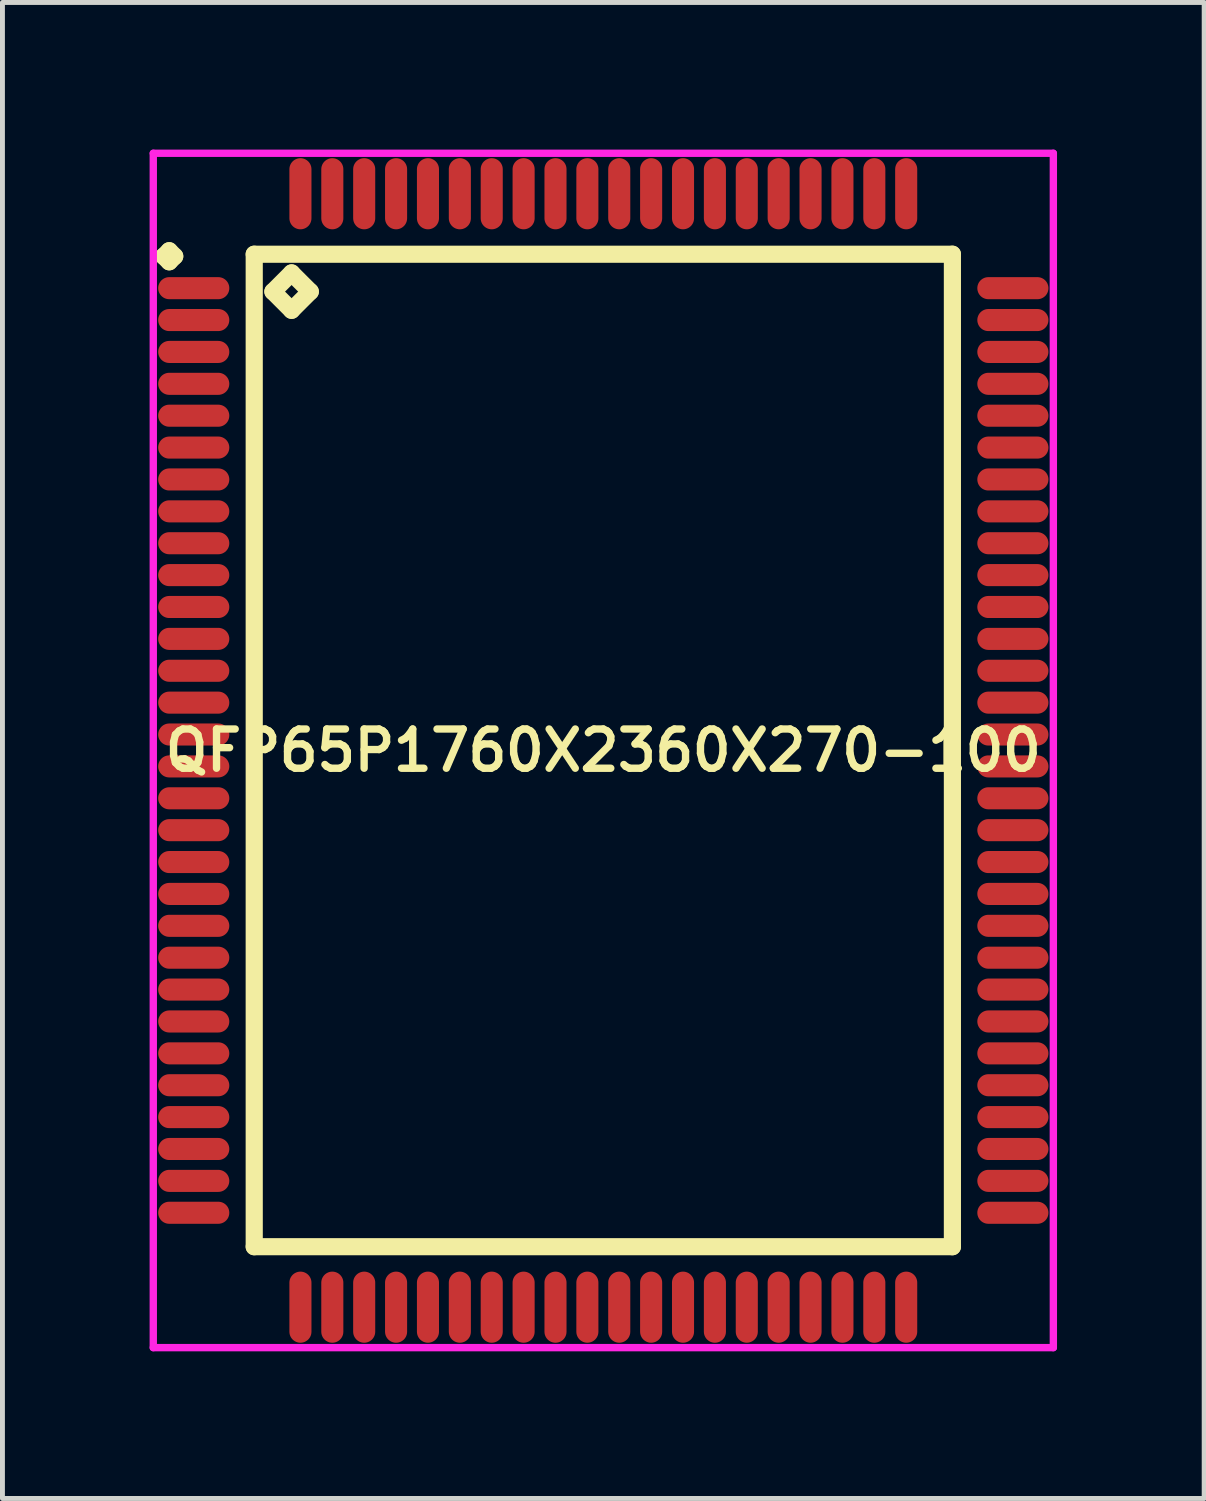
<source format=kicad_pcb>
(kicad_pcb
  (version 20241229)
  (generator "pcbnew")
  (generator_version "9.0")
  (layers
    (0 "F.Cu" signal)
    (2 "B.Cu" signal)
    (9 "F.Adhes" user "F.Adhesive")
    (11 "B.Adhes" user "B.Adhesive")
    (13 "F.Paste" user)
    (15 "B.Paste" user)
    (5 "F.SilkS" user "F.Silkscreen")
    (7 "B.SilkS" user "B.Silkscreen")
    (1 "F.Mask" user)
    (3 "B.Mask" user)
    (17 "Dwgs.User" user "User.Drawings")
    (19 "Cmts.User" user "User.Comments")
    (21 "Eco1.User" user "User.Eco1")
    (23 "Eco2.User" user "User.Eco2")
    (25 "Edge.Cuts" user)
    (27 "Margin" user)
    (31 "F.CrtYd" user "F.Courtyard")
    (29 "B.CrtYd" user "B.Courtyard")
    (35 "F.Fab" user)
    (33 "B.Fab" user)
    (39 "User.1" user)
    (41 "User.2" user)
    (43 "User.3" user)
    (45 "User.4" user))
  (footprint "QFP65P1760X2360X270-100"
    (layer "F.Cu")
    (at 9.25 12.25)
    (property "Reference" "QFP65P1760X2360X270-100" (at 0 0 0) (layer "F.SilkS") (effects (font (size 0.8 0.8) (thickness 0.15))))
    (attr smd)
    (fp_line (start -8.963 -10.075) (end -8.85 -10.188) (stroke (width 0.35) (type solid)) (layer "F.SilkS"))
    (fp_line (start -8.85 -10.188) (end -8.738 -10.075) (stroke (width 0.35) (type solid)) (layer "F.SilkS"))
    (fp_line (start -8.85 -9.963) (end -8.963 -10.075) (stroke (width 0.35) (type solid)) (layer "F.SilkS"))
    (fp_line (start -8.738 -10.075) (end -8.85 -9.963) (stroke (width 0.35) (type solid)) (layer "F.SilkS"))
    (fp_line (start -7.117 -10.117) (end -7.117 10.117) (stroke (width 0.35) (type solid)) (layer "F.SilkS"))
    (fp_line (start -7.117 10.117) (end 7.117 10.117) (stroke (width 0.35) (type solid)) (layer "F.SilkS"))
    (fp_line (start -6.736 -9.355) (end -6.355 -9.736) (stroke (width 0.35) (type solid)) (layer "F.SilkS"))
    (fp_line (start -6.355 -9.736) (end -5.974 -9.355) (stroke (width 0.35) (type solid)) (layer "F.SilkS"))
    (fp_line (start -6.355 -8.974) (end -6.736 -9.355) (stroke (width 0.35) (type solid)) (layer "F.SilkS"))
    (fp_line (start -5.974 -9.355) (end -6.355 -8.974) (stroke (width 0.35) (type solid)) (layer "F.SilkS"))
    (fp_line (start 7.117 -10.117) (end -7.117 -10.117) (stroke (width 0.35) (type solid)) (layer "F.SilkS"))
    (fp_line (start 7.117 10.117) (end 7.117 -10.117) (stroke (width 0.35) (type solid)) (layer "F.SilkS"))
    (fp_line (start -9.175 -12.175) (end 9.175 -12.175) (stroke (width 0.15) (type solid)) (layer "F.CrtYd"))
    (fp_line (start -9.175 12.175) (end -9.175 -12.175) (stroke (width 0.15) (type solid)) (layer "F.CrtYd"))
    (fp_line (start 9.175 -12.175) (end 9.175 12.175) (stroke (width 0.15) (type solid)) (layer "F.CrtYd"))
    (fp_line (start 9.175 12.175) (end -9.175 12.175) (stroke (width 0.15) (type solid)) (layer "F.CrtYd"))
    (pad "1" smd oval (at -8.35 -9.425) (size 1.45 0.45) (layers "F.Cu" "F.Mask" "F.Paste"))
    (pad "2" smd oval (at -8.35 -8.775) (size 1.45 0.45) (layers "F.Cu" "F.Mask" "F.Paste"))
    (pad "3" smd oval (at -8.35 -8.125) (size 1.45 0.45) (layers "F.Cu" "F.Mask" "F.Paste"))
    (pad "4" smd oval (at -8.35 -7.475) (size 1.45 0.45) (layers "F.Cu" "F.Mask" "F.Paste"))
    (pad "5" smd oval (at -8.35 -6.825) (size 1.45 0.45) (layers "F.Cu" "F.Mask" "F.Paste"))
    (pad "6" smd oval (at -8.35 -6.175) (size 1.45 0.45) (layers "F.Cu" "F.Mask" "F.Paste"))
    (pad "7" smd oval (at -8.35 -5.525) (size 1.45 0.45) (layers "F.Cu" "F.Mask" "F.Paste"))
    (pad "8" smd oval (at -8.35 -4.875) (size 1.45 0.45) (layers "F.Cu" "F.Mask" "F.Paste"))
    (pad "9" smd oval (at -8.35 -4.225) (size 1.45 0.45) (layers "F.Cu" "F.Mask" "F.Paste"))
    (pad "10" smd oval (at -8.35 -3.575) (size 1.45 0.45) (layers "F.Cu" "F.Mask" "F.Paste"))
    (pad "11" smd oval (at -8.35 -2.925) (size 1.45 0.45) (layers "F.Cu" "F.Mask" "F.Paste"))
    (pad "12" smd oval (at -8.35 -2.275) (size 1.45 0.45) (layers "F.Cu" "F.Mask" "F.Paste"))
    (pad "13" smd oval (at -8.35 -1.625) (size 1.45 0.45) (layers "F.Cu" "F.Mask" "F.Paste"))
    (pad "14" smd oval (at -8.35 -0.975) (size 1.45 0.45) (layers "F.Cu" "F.Mask" "F.Paste"))
    (pad "15" smd oval (at -8.35 -0.325) (size 1.45 0.45) (layers "F.Cu" "F.Mask" "F.Paste"))
    (pad "16" smd oval (at -8.35 0.325) (size 1.45 0.45) (layers "F.Cu" "F.Mask" "F.Paste"))
    (pad "17" smd oval (at -8.35 0.975) (size 1.45 0.45) (layers "F.Cu" "F.Mask" "F.Paste"))
    (pad "18" smd oval (at -8.35 1.625) (size 1.45 0.45) (layers "F.Cu" "F.Mask" "F.Paste"))
    (pad "19" smd oval (at -8.35 2.275) (size 1.45 0.45) (layers "F.Cu" "F.Mask" "F.Paste"))
    (pad "20" smd oval (at -8.35 2.925) (size 1.45 0.45) (layers "F.Cu" "F.Mask" "F.Paste"))
    (pad "21" smd oval (at -8.35 3.575) (size 1.45 0.45) (layers "F.Cu" "F.Mask" "F.Paste"))
    (pad "22" smd oval (at -8.35 4.225) (size 1.45 0.45) (layers "F.Cu" "F.Mask" "F.Paste"))
    (pad "23" smd oval (at -8.35 4.875) (size 1.45 0.45) (layers "F.Cu" "F.Mask" "F.Paste"))
    (pad "24" smd oval (at -8.35 5.525) (size 1.45 0.45) (layers "F.Cu" "F.Mask" "F.Paste"))
    (pad "25" smd oval (at -8.35 6.175) (size 1.45 0.45) (layers "F.Cu" "F.Mask" "F.Paste"))
    (pad "26" smd oval (at -8.35 6.825) (size 1.45 0.45) (layers "F.Cu" "F.Mask" "F.Paste"))
    (pad "27" smd oval (at -8.35 7.475) (size 1.45 0.45) (layers "F.Cu" "F.Mask" "F.Paste"))
    (pad "28" smd oval (at -8.35 8.125) (size 1.45 0.45) (layers "F.Cu" "F.Mask" "F.Paste"))
    (pad "29" smd oval (at -8.35 8.775) (size 1.45 0.45) (layers "F.Cu" "F.Mask" "F.Paste"))
    (pad "30" smd oval (at -8.35 9.425) (size 1.45 0.45) (layers "F.Cu" "F.Mask" "F.Paste"))
    (pad "31" smd oval (at -6.175 11.35) (size 0.45 1.45) (layers "F.Cu" "F.Mask" "F.Paste"))
    (pad "32" smd oval (at -5.525 11.35) (size 0.45 1.45) (layers "F.Cu" "F.Mask" "F.Paste"))
    (pad "33" smd oval (at -4.875 11.35) (size 0.45 1.45) (layers "F.Cu" "F.Mask" "F.Paste"))
    (pad "34" smd oval (at -4.225 11.35) (size 0.45 1.45) (layers "F.Cu" "F.Mask" "F.Paste"))
    (pad "35" smd oval (at -3.575 11.35) (size 0.45 1.45) (layers "F.Cu" "F.Mask" "F.Paste"))
    (pad "36" smd oval (at -2.925 11.35) (size 0.45 1.45) (layers "F.Cu" "F.Mask" "F.Paste"))
    (pad "37" smd oval (at -2.275 11.35) (size 0.45 1.45) (layers "F.Cu" "F.Mask" "F.Paste"))
    (pad "38" smd oval (at -1.625 11.35) (size 0.45 1.45) (layers "F.Cu" "F.Mask" "F.Paste"))
    (pad "39" smd oval (at -0.975 11.35) (size 0.45 1.45) (layers "F.Cu" "F.Mask" "F.Paste"))
    (pad "40" smd oval (at -0.325 11.35) (size 0.45 1.45) (layers "F.Cu" "F.Mask" "F.Paste"))
    (pad "41" smd oval (at 0.325 11.35) (size 0.45 1.45) (layers "F.Cu" "F.Mask" "F.Paste"))
    (pad "42" smd oval (at 0.975 11.35) (size 0.45 1.45) (layers "F.Cu" "F.Mask" "F.Paste"))
    (pad "43" smd oval (at 1.625 11.35) (size 0.45 1.45) (layers "F.Cu" "F.Mask" "F.Paste"))
    (pad "44" smd oval (at 2.275 11.35) (size 0.45 1.45) (layers "F.Cu" "F.Mask" "F.Paste"))
    (pad "45" smd oval (at 2.925 11.35) (size 0.45 1.45) (layers "F.Cu" "F.Mask" "F.Paste"))
    (pad "46" smd oval (at 3.575 11.35) (size 0.45 1.45) (layers "F.Cu" "F.Mask" "F.Paste"))
    (pad "47" smd oval (at 4.225 11.35) (size 0.45 1.45) (layers "F.Cu" "F.Mask" "F.Paste"))
    (pad "48" smd oval (at 4.875 11.35) (size 0.45 1.45) (layers "F.Cu" "F.Mask" "F.Paste"))
    (pad "49" smd oval (at 5.525 11.35) (size 0.45 1.45) (layers "F.Cu" "F.Mask" "F.Paste"))
    (pad "50" smd oval (at 6.175 11.35) (size 0.45 1.45) (layers "F.Cu" "F.Mask" "F.Paste"))
    (pad "51" smd oval (at 8.35 9.425) (size 1.45 0.45) (layers "F.Cu" "F.Mask" "F.Paste"))
    (pad "52" smd oval (at 8.35 8.775) (size 1.45 0.45) (layers "F.Cu" "F.Mask" "F.Paste"))
    (pad "53" smd oval (at 8.35 8.125) (size 1.45 0.45) (layers "F.Cu" "F.Mask" "F.Paste"))
    (pad "54" smd oval (at 8.35 7.475) (size 1.45 0.45) (layers "F.Cu" "F.Mask" "F.Paste"))
    (pad "55" smd oval (at 8.35 6.825) (size 1.45 0.45) (layers "F.Cu" "F.Mask" "F.Paste"))
    (pad "56" smd oval (at 8.35 6.175) (size 1.45 0.45) (layers "F.Cu" "F.Mask" "F.Paste"))
    (pad "57" smd oval (at 8.35 5.525) (size 1.45 0.45) (layers "F.Cu" "F.Mask" "F.Paste"))
    (pad "58" smd oval (at 8.35 4.875) (size 1.45 0.45) (layers "F.Cu" "F.Mask" "F.Paste"))
    (pad "59" smd oval (at 8.35 4.225) (size 1.45 0.45) (layers "F.Cu" "F.Mask" "F.Paste"))
    (pad "60" smd oval (at 8.35 3.575) (size 1.45 0.45) (layers "F.Cu" "F.Mask" "F.Paste"))
    (pad "61" smd oval (at 8.35 2.925) (size 1.45 0.45) (layers "F.Cu" "F.Mask" "F.Paste"))
    (pad "62" smd oval (at 8.35 2.275) (size 1.45 0.45) (layers "F.Cu" "F.Mask" "F.Paste"))
    (pad "63" smd oval (at 8.35 1.625) (size 1.45 0.45) (layers "F.Cu" "F.Mask" "F.Paste"))
    (pad "64" smd oval (at 8.35 0.975) (size 1.45 0.45) (layers "F.Cu" "F.Mask" "F.Paste"))
    (pad "65" smd oval (at 8.35 0.325) (size 1.45 0.45) (layers "F.Cu" "F.Mask" "F.Paste"))
    (pad "66" smd oval (at 8.35 -0.325) (size 1.45 0.45) (layers "F.Cu" "F.Mask" "F.Paste"))
    (pad "67" smd oval (at 8.35 -0.975) (size 1.45 0.45) (layers "F.Cu" "F.Mask" "F.Paste"))
    (pad "68" smd oval (at 8.35 -1.625) (size 1.45 0.45) (layers "F.Cu" "F.Mask" "F.Paste"))
    (pad "69" smd oval (at 8.35 -2.275) (size 1.45 0.45) (layers "F.Cu" "F.Mask" "F.Paste"))
    (pad "70" smd oval (at 8.35 -2.925) (size 1.45 0.45) (layers "F.Cu" "F.Mask" "F.Paste"))
    (pad "71" smd oval (at 8.35 -3.575) (size 1.45 0.45) (layers "F.Cu" "F.Mask" "F.Paste"))
    (pad "72" smd oval (at 8.35 -4.225) (size 1.45 0.45) (layers "F.Cu" "F.Mask" "F.Paste"))
    (pad "73" smd oval (at 8.35 -4.875) (size 1.45 0.45) (layers "F.Cu" "F.Mask" "F.Paste"))
    (pad "74" smd oval (at 8.35 -5.525) (size 1.45 0.45) (layers "F.Cu" "F.Mask" "F.Paste"))
    (pad "75" smd oval (at 8.35 -6.175) (size 1.45 0.45) (layers "F.Cu" "F.Mask" "F.Paste"))
    (pad "76" smd oval (at 8.35 -6.825) (size 1.45 0.45) (layers "F.Cu" "F.Mask" "F.Paste"))
    (pad "77" smd oval (at 8.35 -7.475) (size 1.45 0.45) (layers "F.Cu" "F.Mask" "F.Paste"))
    (pad "78" smd oval (at 8.35 -8.125) (size 1.45 0.45) (layers "F.Cu" "F.Mask" "F.Paste"))
    (pad "79" smd oval (at 8.35 -8.775) (size 1.45 0.45) (layers "F.Cu" "F.Mask" "F.Paste"))
    (pad "80" smd oval (at 8.35 -9.425) (size 1.45 0.45) (layers "F.Cu" "F.Mask" "F.Paste"))
    (pad "81" smd oval (at 6.175 -11.35) (size 0.45 1.45) (layers "F.Cu" "F.Mask" "F.Paste"))
    (pad "82" smd oval (at 5.525 -11.35) (size 0.45 1.45) (layers "F.Cu" "F.Mask" "F.Paste"))
    (pad "83" smd oval (at 4.875 -11.35) (size 0.45 1.45) (layers "F.Cu" "F.Mask" "F.Paste"))
    (pad "84" smd oval (at 4.225 -11.35) (size 0.45 1.45) (layers "F.Cu" "F.Mask" "F.Paste"))
    (pad "85" smd oval (at 3.575 -11.35) (size 0.45 1.45) (layers "F.Cu" "F.Mask" "F.Paste"))
    (pad "86" smd oval (at 2.925 -11.35) (size 0.45 1.45) (layers "F.Cu" "F.Mask" "F.Paste"))
    (pad "87" smd oval (at 2.275 -11.35) (size 0.45 1.45) (layers "F.Cu" "F.Mask" "F.Paste"))
    (pad "88" smd oval (at 1.625 -11.35) (size 0.45 1.45) (layers "F.Cu" "F.Mask" "F.Paste"))
    (pad "89" smd oval (at 0.975 -11.35) (size 0.45 1.45) (layers "F.Cu" "F.Mask" "F.Paste"))
    (pad "90" smd oval (at 0.325 -11.35) (size 0.45 1.45) (layers "F.Cu" "F.Mask" "F.Paste"))
    (pad "91" smd oval (at -0.325 -11.35) (size 0.45 1.45) (layers "F.Cu" "F.Mask" "F.Paste"))
    (pad "92" smd oval (at -0.975 -11.35) (size 0.45 1.45) (layers "F.Cu" "F.Mask" "F.Paste"))
    (pad "93" smd oval (at -1.625 -11.35) (size 0.45 1.45) (layers "F.Cu" "F.Mask" "F.Paste"))
    (pad "94" smd oval (at -2.275 -11.35) (size 0.45 1.45) (layers "F.Cu" "F.Mask" "F.Paste"))
    (pad "95" smd oval (at -2.925 -11.35) (size 0.45 1.45) (layers "F.Cu" "F.Mask" "F.Paste"))
    (pad "96" smd oval (at -3.575 -11.35) (size 0.45 1.45) (layers "F.Cu" "F.Mask" "F.Paste"))
    (pad "97" smd oval (at -4.225 -11.35) (size 0.45 1.45) (layers "F.Cu" "F.Mask" "F.Paste"))
    (pad "98" smd oval (at -4.875 -11.35) (size 0.45 1.45) (layers "F.Cu" "F.Mask" "F.Paste"))
    (pad "99" smd oval (at -5.525 -11.35) (size 0.45 1.45) (layers "F.Cu" "F.Mask" "F.Paste"))
    (pad "100" smd oval (at -6.175 -11.35) (size 0.45 1.45) (layers "F.Cu" "F.Mask" "F.Paste")))
  (gr_rect
    (start -3 -3)
    (end 21.5 27.5)
    (stroke (width 0.1) (type default))
    (fill no)
    (layer "Edge.Cuts")))
</source>
